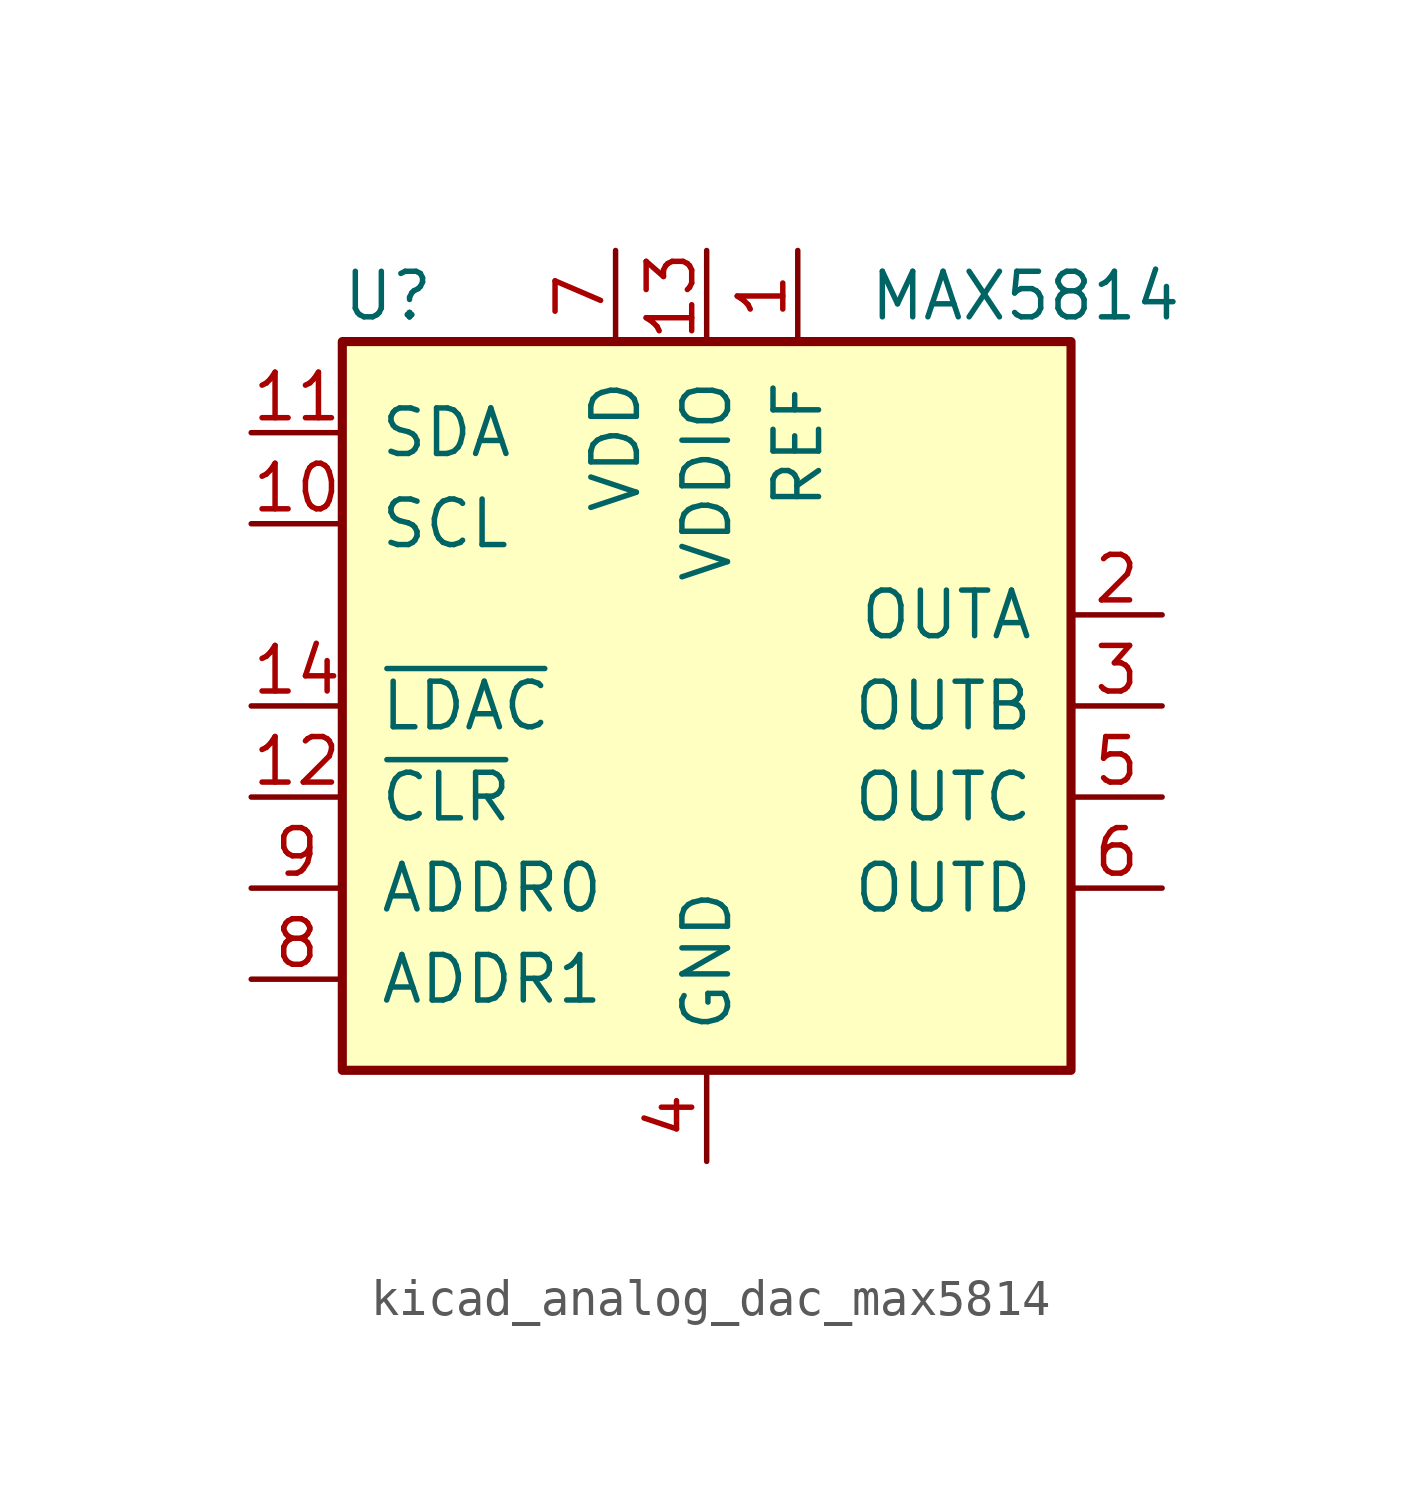
<source format=kicad_sym>
(kicad_symbol_lib
  (version 20220914)
  (generator kicad_symbol_editor)
  (symbol "kicad_analog_dac_max5814"
    (pin_names
      (offset 1.016))
    (property "Reference" "U"
      (at -8.89 11.43 0)
      (effects (font (size 1.27 1.27))))
    (property "Value" "MAX5814"
      (at 8.89 11.43 0)
      (effects (font (size 1.27 1.27))))
    (symbol "kicad_analog_dac_max5814_0_1"
      (rectangle (start -10.16 10.16) (end 10.16 -10.16) (stroke (width 0.254) (type default)) (fill (type background))))
    (symbol "kicad_analog_dac_max5814_1_1"
      (pin power_in line (at 2.54 12.7 270) (length 2.54) (name "REF" (effects (font (size 1.27 1.27)))) (number "1" (effects (font (size 1.27 1.27)))))
      (pin input line (at -12.7 5.08 0) (length 2.54) (name "SCL" (effects (font (size 1.27 1.27)))) (number "10" (effects (font (size 1.27 1.27)))))
      (pin bidirectional line (at -12.7 7.62 0) (length 2.54) (name "SDA" (effects (font (size 1.27 1.27)))) (number "11" (effects (font (size 1.27 1.27)))))
      (pin input line (at -12.7 -2.54 0) (length 2.54) (name "~{CLR}" (effects (font (size 1.27 1.27)))) (number "12" (effects (font (size 1.27 1.27)))))
      (pin power_in line (at 0 12.7 270) (length 2.54) (name "VDDIO" (effects (font (size 1.27 1.27)))) (number "13" (effects (font (size 1.27 1.27)))))
      (pin input line (at -12.7 0 0) (length 2.54) (name "~{LDAC}" (effects (font (size 1.27 1.27)))) (number "14" (effects (font (size 1.27 1.27)))))
      (pin output line (at 12.7 2.54 180) (length 2.54) (name "OUTA" (effects (font (size 1.27 1.27)))) (number "2" (effects (font (size 1.27 1.27)))))
      (pin output line (at 12.7 0 180) (length 2.54) (name "OUTB" (effects (font (size 1.27 1.27)))) (number "3" (effects (font (size 1.27 1.27)))))
      (pin power_in line (at 0 -12.7 90) (length 2.54) (name "GND" (effects (font (size 1.27 1.27)))) (number "4" (effects (font (size 1.27 1.27)))))
      (pin output line (at 12.7 -2.54 180) (length 2.54) (name "OUTC" (effects (font (size 1.27 1.27)))) (number "5" (effects (font (size 1.27 1.27)))))
      (pin output line (at 12.7 -5.08 180) (length 2.54) (name "OUTD" (effects (font (size 1.27 1.27)))) (number "6" (effects (font (size 1.27 1.27)))))
      (pin power_in line (at -2.54 12.7 270) (length 2.54) (name "VDD" (effects (font (size 1.27 1.27)))) (number "7" (effects (font (size 1.27 1.27)))))
      (pin input line (at -12.7 -7.62 0) (length 2.54) (name "ADDR1" (effects (font (size 1.27 1.27)))) (number "8" (effects (font (size 1.27 1.27)))))
      (pin input line (at -12.7 -5.08 0) (length 2.54) (name "ADDR0" (effects (font (size 1.27 1.27)))) (number "9" (effects (font (size 1.27 1.27))))))))
</source>
